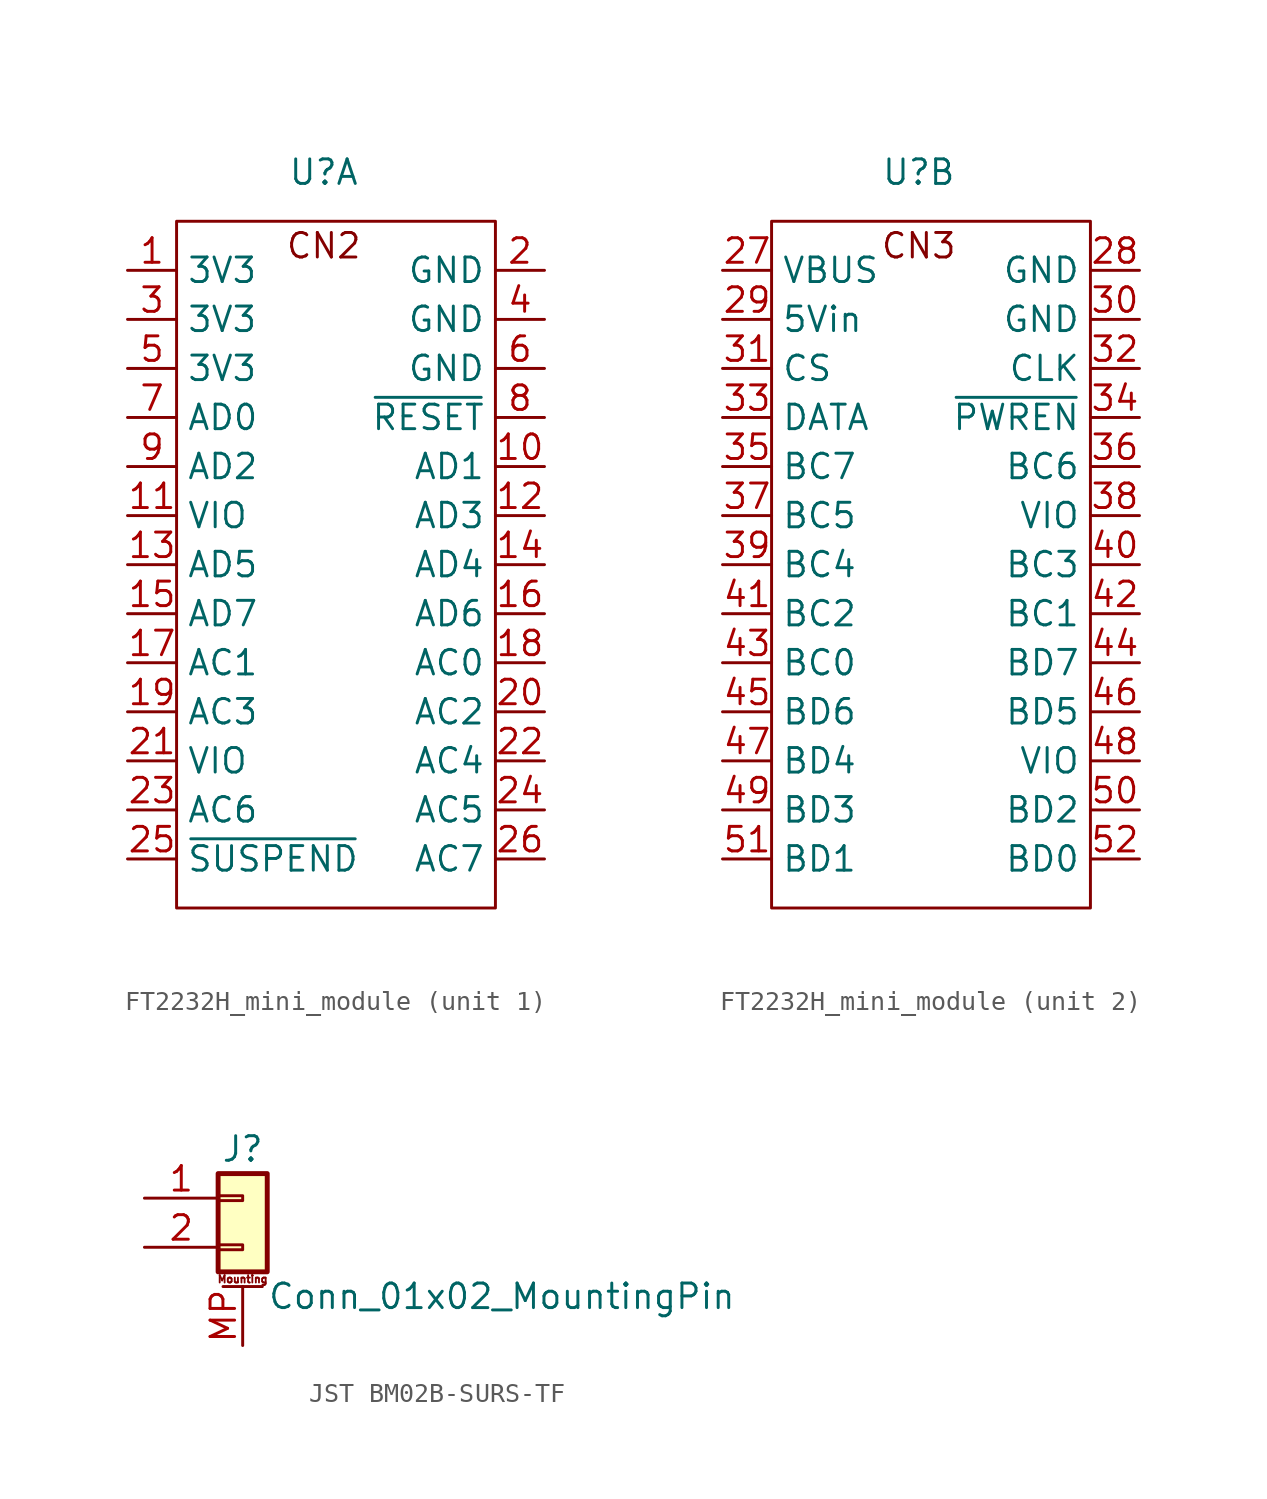
<source format=kicad_sym>
(kicad_symbol_lib
  (version 20220914)
  (generator kicad_symbol_editor)
  (symbol "FT2232H_mini_module"
    (property "Reference" "U"
      (at 0 5.08 0)
      (effects (font (size 1.27 1.27))))
    (property "Value" ""
      (at 0 5.08 0)
      (effects (font (size 1.27 1.27))))
    (property "ki_locked" ""
      (at 0 0 0)
      (effects (font (size 1.27 1.27))))
    (symbol "FT2232H_mini_module_1_0"
      (pin output line (at -10.16 0 0) (length 2.54) (name "3V3" (effects (font (size 1.27 1.27)))) (number "1" (effects (font (size 1.27 1.27)))))
      (pin bidirectional line (at 11.43 -10.16 180) (length 2.54) (name "AD1" (effects (font (size 1.27 1.27)))) (number "10" (effects (font (size 1.27 1.27)))))
      (pin input line (at -10.16 -12.7 0) (length 2.54) (name "VIO" (effects (font (size 1.27 1.27)))) (number "11" (effects (font (size 1.27 1.27)))))
      (pin bidirectional line (at 11.43 -12.7 180) (length 2.54) (name "AD3" (effects (font (size 1.27 1.27)))) (number "12" (effects (font (size 1.27 1.27)))))
      (pin bidirectional line (at -10.16 -15.24 0) (length 2.54) (name "AD5" (effects (font (size 1.27 1.27)))) (number "13" (effects (font (size 1.27 1.27)))))
      (pin bidirectional line (at 11.43 -15.24 180) (length 2.54) (name "AD4" (effects (font (size 1.27 1.27)))) (number "14" (effects (font (size 1.27 1.27)))))
      (pin bidirectional line (at -10.16 -17.78 0) (length 2.54) (name "AD7" (effects (font (size 1.27 1.27)))) (number "15" (effects (font (size 1.27 1.27)))))
      (pin bidirectional line (at 11.43 -17.78 180) (length 2.54) (name "AD6" (effects (font (size 1.27 1.27)))) (number "16" (effects (font (size 1.27 1.27)))))
      (pin bidirectional line (at -10.16 -20.32 0) (length 2.54) (name "AC1" (effects (font (size 1.27 1.27)))) (number "17" (effects (font (size 1.27 1.27)))))
      (pin bidirectional line (at 11.43 -20.32 180) (length 2.54) (name "AC0" (effects (font (size 1.27 1.27)))) (number "18" (effects (font (size 1.27 1.27)))))
      (pin bidirectional line (at -10.16 -22.86 0) (length 2.54) (name "AC3" (effects (font (size 1.27 1.27)))) (number "19" (effects (font (size 1.27 1.27)))))
      (pin passive line (at 11.43 0 180) (length 2.54) (name "GND" (effects (font (size 1.27 1.27)))) (number "2" (effects (font (size 1.27 1.27)))))
      (pin bidirectional line (at 11.43 -22.86 180) (length 2.54) (name "AC2" (effects (font (size 1.27 1.27)))) (number "20" (effects (font (size 1.27 1.27)))))
      (pin input line (at -10.16 -25.4 0) (length 2.54) (name "VIO" (effects (font (size 1.27 1.27)))) (number "21" (effects (font (size 1.27 1.27)))))
      (pin bidirectional line (at 11.43 -25.4 180) (length 2.54) (name "AC4" (effects (font (size 1.27 1.27)))) (number "22" (effects (font (size 1.27 1.27)))))
      (pin bidirectional line (at -10.16 -27.94 0) (length 2.54) (name "AC6" (effects (font (size 1.27 1.27)))) (number "23" (effects (font (size 1.27 1.27)))))
      (pin bidirectional line (at 11.43 -27.94 180) (length 2.54) (name "AC5" (effects (font (size 1.27 1.27)))) (number "24" (effects (font (size 1.27 1.27)))))
      (pin bidirectional line (at -10.16 -30.48 0) (length 2.54) (name "~{SUSPEND}" (effects (font (size 1.27 1.27)))) (number "25" (effects (font (size 1.27 1.27)))))
      (pin bidirectional line (at 11.43 -30.48 180) (length 2.54) (name "AC7" (effects (font (size 1.27 1.27)))) (number "26" (effects (font (size 1.27 1.27)))))
      (pin output line (at -10.16 -2.54 0) (length 2.54) (name "3V3" (effects (font (size 1.27 1.27)))) (number "3" (effects (font (size 1.27 1.27)))))
      (pin passive line (at 11.43 -2.54 180) (length 2.54) (name "GND" (effects (font (size 1.27 1.27)))) (number "4" (effects (font (size 1.27 1.27)))))
      (pin output line (at -10.16 -5.08 0) (length 2.54) (name "3V3" (effects (font (size 1.27 1.27)))) (number "5" (effects (font (size 1.27 1.27)))))
      (pin passive line (at 11.43 -5.08 180) (length 2.54) (name "GND" (effects (font (size 1.27 1.27)))) (number "6" (effects (font (size 1.27 1.27)))))
      (pin bidirectional line (at -10.16 -7.62 0) (length 2.54) (name "AD0" (effects (font (size 1.27 1.27)))) (number "7" (effects (font (size 1.27 1.27)))))
      (pin passive line (at 11.43 -7.62 180) (length 2.54) (name "~{RESET}" (effects (font (size 1.27 1.27)))) (number "8" (effects (font (size 1.27 1.27)))))
      (pin bidirectional line (at -10.16 -10.16 0) (length 2.54) (name "AD2" (effects (font (size 1.27 1.27)))) (number "9" (effects (font (size 1.27 1.27))))))
    (symbol "FT2232H_mini_module_1_1"
      (rectangle (start -7.62 2.54) (end 8.89 -33.02) (stroke (width 0) (type default)) (fill (type none)))
      (text "CN2" (at 0 1.27 0) (effects (font (size 1.27 1.27)))))
    (symbol "FT2232H_mini_module_2_0"
      (pin output line (at -10.16 0 0) (length 2.54) (name "VBUS" (effects (font (size 1.27 1.27)))) (number "27" (effects (font (size 1.27 1.27)))))
      (pin passive line (at 11.43 0 180) (length 2.54) (name "GND" (effects (font (size 1.27 1.27)))) (number "28" (effects (font (size 1.27 1.27)))))
      (pin input line (at -10.16 -2.54 0) (length 2.54) (name "5Vin" (effects (font (size 1.27 1.27)))) (number "29" (effects (font (size 1.27 1.27)))))
      (pin passive line (at 11.43 -2.54 180) (length 2.54) (name "GND" (effects (font (size 1.27 1.27)))) (number "30" (effects (font (size 1.27 1.27)))))
      (pin bidirectional line (at -10.16 -5.08 0) (length 2.54) (name "CS" (effects (font (size 1.27 1.27)))) (number "31" (effects (font (size 1.27 1.27)))))
      (pin bidirectional line (at 11.43 -5.08 180) (length 2.54) (name "CLK" (effects (font (size 1.27 1.27)))) (number "32" (effects (font (size 1.27 1.27)))))
      (pin bidirectional line (at -10.16 -7.62 0) (length 2.54) (name "DATA" (effects (font (size 1.27 1.27)))) (number "33" (effects (font (size 1.27 1.27)))))
      (pin bidirectional line (at 11.43 -7.62 180) (length 2.54) (name "~{PWREN}" (effects (font (size 1.27 1.27)))) (number "34" (effects (font (size 1.27 1.27)))))
      (pin bidirectional line (at -10.16 -10.16 0) (length 2.54) (name "BC7" (effects (font (size 1.27 1.27)))) (number "35" (effects (font (size 1.27 1.27)))))
      (pin bidirectional line (at 11.43 -10.16 180) (length 2.54) (name "BC6" (effects (font (size 1.27 1.27)))) (number "36" (effects (font (size 1.27 1.27)))))
      (pin bidirectional line (at -10.16 -12.7 0) (length 2.54) (name "BC5" (effects (font (size 1.27 1.27)))) (number "37" (effects (font (size 1.27 1.27)))))
      (pin input line (at 11.43 -12.7 180) (length 2.54) (name "VIO" (effects (font (size 1.27 1.27)))) (number "38" (effects (font (size 1.27 1.27)))))
      (pin bidirectional line (at -10.16 -15.24 0) (length 2.54) (name "BC4" (effects (font (size 1.27 1.27)))) (number "39" (effects (font (size 1.27 1.27)))))
      (pin bidirectional line (at 11.43 -15.24 180) (length 2.54) (name "BC3" (effects (font (size 1.27 1.27)))) (number "40" (effects (font (size 1.27 1.27)))))
      (pin bidirectional line (at -10.16 -17.78 0) (length 2.54) (name "BC2" (effects (font (size 1.27 1.27)))) (number "41" (effects (font (size 1.27 1.27)))))
      (pin bidirectional line (at 11.43 -17.78 180) (length 2.54) (name "BC1" (effects (font (size 1.27 1.27)))) (number "42" (effects (font (size 1.27 1.27)))))
      (pin bidirectional line (at -10.16 -20.32 0) (length 2.54) (name "BC0" (effects (font (size 1.27 1.27)))) (number "43" (effects (font (size 1.27 1.27)))))
      (pin bidirectional line (at 11.43 -20.32 180) (length 2.54) (name "BD7" (effects (font (size 1.27 1.27)))) (number "44" (effects (font (size 1.27 1.27)))))
      (pin bidirectional line (at -10.16 -22.86 0) (length 2.54) (name "BD6" (effects (font (size 1.27 1.27)))) (number "45" (effects (font (size 1.27 1.27)))))
      (pin bidirectional line (at 11.43 -22.86 180) (length 2.54) (name "BD5" (effects (font (size 1.27 1.27)))) (number "46" (effects (font (size 1.27 1.27)))))
      (pin bidirectional line (at -10.16 -25.4 0) (length 2.54) (name "BD4" (effects (font (size 1.27 1.27)))) (number "47" (effects (font (size 1.27 1.27)))))
      (pin input line (at 11.43 -25.4 180) (length 2.54) (name "VIO" (effects (font (size 1.27 1.27)))) (number "48" (effects (font (size 1.27 1.27)))))
      (pin bidirectional line (at -10.16 -27.94 0) (length 2.54) (name "BD3" (effects (font (size 1.27 1.27)))) (number "49" (effects (font (size 1.27 1.27)))))
      (pin bidirectional line (at 11.43 -27.94 180) (length 2.54) (name "BD2" (effects (font (size 1.27 1.27)))) (number "50" (effects (font (size 1.27 1.27)))))
      (pin bidirectional line (at -10.16 -30.48 0) (length 2.54) (name "BD1" (effects (font (size 1.27 1.27)))) (number "51" (effects (font (size 1.27 1.27)))))
      (pin bidirectional line (at 11.43 -30.48 180) (length 2.54) (name "BD0" (effects (font (size 1.27 1.27)))) (number "52" (effects (font (size 1.27 1.27))))))
    (symbol "FT2232H_mini_module_2_1"
      (rectangle (start -7.62 2.54) (end 8.89 -33.02) (stroke (width 0) (type default)) (fill (type none)))
      (text "CN3" (at 0 1.27 0) (effects (font (size 1.27 1.27))))))
  (symbol "JST BM02B-SURS-TF"
    (pin_names
      (offset 1.016) hide)
    (property "Reference" "J"
      (at 0 2.54 0)
      (effects (font (size 1.27 1.27))))
    (property "Value" "Conn_01x02_MountingPin"
      (at 1.27 -5.08 0)
      (effects (font (size 1.27 1.27)) (justify left)))
    (symbol "JST BM02B-SURS-TF_1_1"
      (rectangle (start -1.27 -2.413) (end 0 -2.667) (stroke (width 0.152) (type default)) (fill (type none)))
      (rectangle (start -1.27 0.127) (end 0 -0.127) (stroke (width 0.152) (type default)) (fill (type none)))
      (rectangle (start -1.27 1.27) (end 1.27 -3.81) (stroke (width 0.254) (type default)) (fill (type background)))
      (polyline (pts (xy -1.016 -4.572) (xy 1.016 -4.572)) (stroke (width 0.152) (type default)) (fill (type none)))
      (text "Mounting" (at 0 -4.191 0) (effects (font (size 0.381 0.381))))
      (pin passive line (at -5.08 0 0) (length 3.81) (name "Pin_1" (effects (font (size 1.27 1.27)))) (number "1" (effects (font (size 1.27 1.27)))))
      (pin passive line (at -5.08 -2.54 0) (length 3.81) (name "Pin_2" (effects (font (size 1.27 1.27)))) (number "2" (effects (font (size 1.27 1.27)))))
      (pin passive line (at 0 -7.62 90) (length 3.048) (name "MountPin" (effects (font (size 1.27 1.27)))) (number "MP" (effects (font (size 1.27 1.27))))))))
</source>
